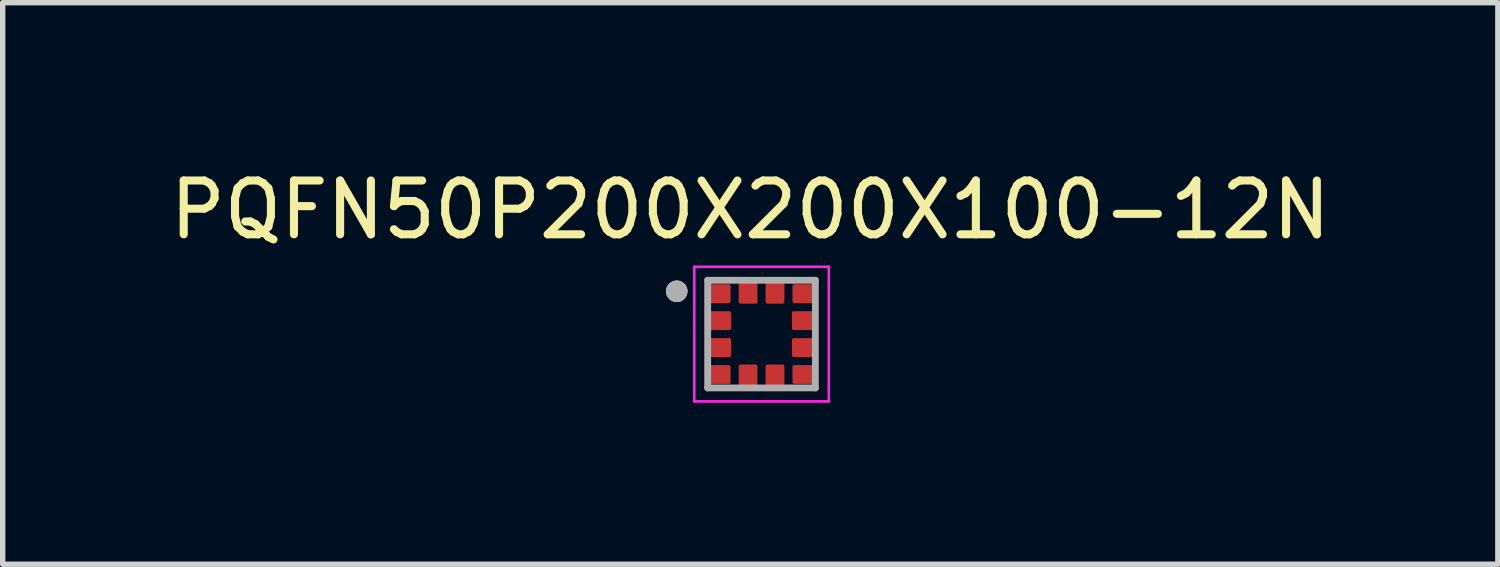
<source format=kicad_pcb>
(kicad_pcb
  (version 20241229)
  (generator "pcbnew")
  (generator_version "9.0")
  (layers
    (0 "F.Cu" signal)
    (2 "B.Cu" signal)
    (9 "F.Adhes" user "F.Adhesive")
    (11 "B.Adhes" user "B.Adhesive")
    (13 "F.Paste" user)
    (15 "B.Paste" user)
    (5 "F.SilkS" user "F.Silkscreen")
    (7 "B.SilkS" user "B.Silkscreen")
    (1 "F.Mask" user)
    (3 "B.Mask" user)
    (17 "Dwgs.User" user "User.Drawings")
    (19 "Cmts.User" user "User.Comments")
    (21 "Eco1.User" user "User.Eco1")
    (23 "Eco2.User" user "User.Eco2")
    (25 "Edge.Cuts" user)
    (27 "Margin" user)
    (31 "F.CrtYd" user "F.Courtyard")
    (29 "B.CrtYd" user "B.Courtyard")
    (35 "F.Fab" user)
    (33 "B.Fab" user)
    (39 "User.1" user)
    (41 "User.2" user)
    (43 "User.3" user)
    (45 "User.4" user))
  (footprint "PQFN50P200X200X100-12N"
    (layer "F.Cu")
    (at 11.096 3.156)
    (property "Reference" "PQFN50P200X200X100-12N" (at -0.209 -2.308 0) (layer "F.SilkS") (effects (font (size 1 1) (thickness 0.15))))
    (attr smd)
    (fp_poly (pts (xy -0.625 -0.975) (xy -0.619 -0.974) (xy -0.614 -0.974) (xy -0.608 -0.972) (xy -0.603 -0.971) (xy -0.597 -0.969) (xy -0.592 -0.967) (xy -0.587 -0.965) (xy -0.582 -0.963) (xy -0.577 -0.96) (xy -0.572 -0.957) (xy -0.568 -0.954) (xy -0.563 -0.95) (xy -0.559 -0.946) (xy -0.555 -0.942) (xy -0.551 -0.938) (xy -0.548 -0.934) (xy -0.544 -0.929) (xy -0.541 -0.925) (xy -0.538 -0.92) (xy -0.536 -0.915) (xy -0.533 -0.91) (xy -0.531 -0.904) (xy -0.529 -0.899) (xy -0.528 -0.894) (xy -0.527 -0.888) (xy -0.526 -0.882) (xy -0.525 -0.877) (xy -0.525 -0.871) (xy -0.525 -0.866) (xy -0.525 -0.86) (xy -0.525 -0.64) (xy -0.525 -0.634) (xy -0.525 -0.629) (xy -0.525 -0.623) (xy -0.526 -0.618) (xy -0.527 -0.612) (xy -0.528 -0.606) (xy -0.529 -0.601) (xy -0.531 -0.596) (xy -0.533 -0.59) (xy -0.536 -0.585) (xy -0.538 -0.58) (xy -0.541 -0.575) (xy -0.544 -0.571) (xy -0.548 -0.566) (xy -0.551 -0.562) (xy -0.555 -0.558) (xy -0.559 -0.554) (xy -0.563 -0.55) (xy -0.568 -0.546) (xy -0.572 -0.543) (xy -0.577 -0.54) (xy -0.582 -0.537) (xy -0.587 -0.535) (xy -0.592 -0.533) (xy -0.597 -0.531) (xy -0.603 -0.529) (xy -0.608 -0.528) (xy -0.614 -0.526) (xy -0.619 -0.526) (xy -0.625 -0.525) (xy -0.925 -0.525) (xy -0.931 -0.526) (xy -0.936 -0.526) (xy -0.942 -0.528) (xy -0.947 -0.529) (xy -0.953 -0.531) (xy -0.958 -0.533) (xy -0.963 -0.535) (xy -0.968 -0.537) (xy -0.973 -0.54) (xy -0.978 -0.543) (xy -0.982 -0.546) (xy -0.987 -0.55) (xy -0.991 -0.554) (xy -0.995 -0.558) (xy -0.999 -0.562) (xy -1.002 -0.566) (xy -1.006 -0.571) (xy -1.009 -0.575) (xy -1.012 -0.58) (xy -1.014 -0.585) (xy -1.017 -0.59) (xy -1.019 -0.596) (xy -1.021 -0.601) (xy -1.022 -0.606) (xy -1.023 -0.612) (xy -1.024 -0.618) (xy -1.025 -0.623) (xy -1.025 -0.629) (xy -1.025 -0.634) (xy -1.025 -0.64) (xy -1.025 -0.86) (xy -1.025 -0.866) (xy -1.025 -0.871) (xy -1.025 -0.877) (xy -1.024 -0.882) (xy -1.023 -0.888) (xy -1.022 -0.894) (xy -1.021 -0.899) (xy -1.019 -0.904) (xy -1.017 -0.91) (xy -1.014 -0.915) (xy -1.012 -0.92) (xy -1.009 -0.925) (xy -1.006 -0.929) (xy -1.002 -0.934) (xy -0.999 -0.938) (xy -0.995 -0.942) (xy -0.991 -0.946) (xy -0.987 -0.95) (xy -0.982 -0.954) (xy -0.978 -0.957) (xy -0.973 -0.96) (xy -0.968 -0.963) (xy -0.963 -0.965) (xy -0.958 -0.967) (xy -0.953 -0.969) (xy -0.947 -0.971) (xy -0.942 -0.972) (xy -0.936 -0.974) (xy -0.931 -0.974) (xy -0.925 -0.975) (xy -0.625 -0.975)) (stroke (width 0.01) (type solid)) (fill yes) (layer "F.Mask"))
    (fp_poly (pts (xy -0.625 0.525) (xy -0.619 0.526) (xy -0.614 0.526) (xy -0.608 0.528) (xy -0.603 0.529) (xy -0.597 0.531) (xy -0.592 0.533) (xy -0.587 0.535) (xy -0.582 0.537) (xy -0.577 0.54) (xy -0.572 0.543) (xy -0.568 0.546) (xy -0.563 0.55) (xy -0.559 0.554) (xy -0.555 0.558) (xy -0.551 0.562) (xy -0.548 0.566) (xy -0.544 0.571) (xy -0.541 0.575) (xy -0.538 0.58) (xy -0.536 0.585) (xy -0.533 0.59) (xy -0.531 0.596) (xy -0.529 0.601) (xy -0.528 0.606) (xy -0.527 0.612) (xy -0.526 0.618) (xy -0.525 0.623) (xy -0.525 0.629) (xy -0.525 0.634) (xy -0.525 0.64) (xy -0.525 0.86) (xy -0.525 0.866) (xy -0.525 0.871) (xy -0.525 0.877) (xy -0.526 0.882) (xy -0.527 0.888) (xy -0.528 0.894) (xy -0.529 0.899) (xy -0.531 0.904) (xy -0.533 0.91) (xy -0.536 0.915) (xy -0.538 0.92) (xy -0.541 0.925) (xy -0.544 0.929) (xy -0.548 0.934) (xy -0.551 0.938) (xy -0.555 0.942) (xy -0.559 0.946) (xy -0.563 0.95) (xy -0.568 0.954) (xy -0.572 0.957) (xy -0.577 0.96) (xy -0.582 0.963) (xy -0.587 0.965) (xy -0.592 0.967) (xy -0.597 0.969) (xy -0.603 0.971) (xy -0.608 0.972) (xy -0.614 0.974) (xy -0.619 0.974) (xy -0.625 0.975) (xy -0.925 0.975) (xy -0.931 0.974) (xy -0.936 0.974) (xy -0.942 0.972) (xy -0.947 0.971) (xy -0.953 0.969) (xy -0.958 0.967) (xy -0.963 0.965) (xy -0.968 0.963) (xy -0.973 0.96) (xy -0.978 0.957) (xy -0.982 0.954) (xy -0.987 0.95) (xy -0.991 0.946) (xy -0.995 0.942) (xy -0.999 0.938) (xy -1.002 0.934) (xy -1.006 0.929) (xy -1.009 0.925) (xy -1.012 0.92) (xy -1.014 0.915) (xy -1.017 0.91) (xy -1.019 0.904) (xy -1.021 0.899) (xy -1.022 0.894) (xy -1.023 0.888) (xy -1.024 0.882) (xy -1.025 0.877) (xy -1.025 0.871) (xy -1.025 0.866) (xy -1.025 0.86) (xy -1.025 0.64) (xy -1.025 0.634) (xy -1.025 0.629) (xy -1.025 0.623) (xy -1.024 0.618) (xy -1.023 0.612) (xy -1.022 0.606) (xy -1.021 0.601) (xy -1.019 0.596) (xy -1.017 0.59) (xy -1.014 0.585) (xy -1.012 0.58) (xy -1.009 0.575) (xy -1.006 0.571) (xy -1.002 0.566) (xy -0.999 0.562) (xy -0.995 0.558) (xy -0.991 0.554) (xy -0.987 0.55) (xy -0.982 0.546) (xy -0.978 0.543) (xy -0.973 0.54) (xy -0.968 0.537) (xy -0.963 0.535) (xy -0.958 0.533) (xy -0.953 0.531) (xy -0.947 0.529) (xy -0.942 0.528) (xy -0.936 0.526) (xy -0.931 0.526) (xy -0.925 0.525) (xy -0.625 0.525)) (stroke (width 0.01) (type solid)) (fill yes) (layer "F.Mask"))
    (fp_poly (pts (xy -0.615 -0.475) (xy -0.609 -0.474) (xy -0.604 -0.474) (xy -0.598 -0.472) (xy -0.593 -0.471) (xy -0.587 -0.469) (xy -0.582 -0.467) (xy -0.577 -0.465) (xy -0.572 -0.463) (xy -0.567 -0.46) (xy -0.562 -0.457) (xy -0.558 -0.454) (xy -0.553 -0.45) (xy -0.549 -0.446) (xy -0.545 -0.442) (xy -0.541 -0.438) (xy -0.538 -0.434) (xy -0.534 -0.429) (xy -0.531 -0.425) (xy -0.528 -0.42) (xy -0.526 -0.415) (xy -0.523 -0.41) (xy -0.521 -0.404) (xy -0.519 -0.399) (xy -0.518 -0.394) (xy -0.517 -0.388) (xy -0.516 -0.382) (xy -0.515 -0.377) (xy -0.515 -0.371) (xy -0.515 -0.366) (xy -0.515 -0.36) (xy -0.515 -0.14) (xy -0.515 -0.134) (xy -0.515 -0.129) (xy -0.515 -0.123) (xy -0.516 -0.118) (xy -0.517 -0.112) (xy -0.518 -0.106) (xy -0.519 -0.101) (xy -0.521 -0.096) (xy -0.523 -0.09) (xy -0.526 -0.085) (xy -0.528 -0.08) (xy -0.531 -0.075) (xy -0.534 -0.071) (xy -0.538 -0.066) (xy -0.541 -0.062) (xy -0.545 -0.058) (xy -0.549 -0.054) (xy -0.553 -0.05) (xy -0.558 -0.046) (xy -0.562 -0.043) (xy -0.567 -0.04) (xy -0.572 -0.037) (xy -0.577 -0.035) (xy -0.582 -0.033) (xy -0.587 -0.031) (xy -0.593 -0.029) (xy -0.598 -0.028) (xy -0.604 -0.026) (xy -0.609 -0.026) (xy -0.615 -0.025) (xy -0.915 -0.025) (xy -0.921 -0.026) (xy -0.926 -0.026) (xy -0.932 -0.028) (xy -0.937 -0.029) (xy -0.943 -0.031) (xy -0.948 -0.033) (xy -0.953 -0.035) (xy -0.958 -0.037) (xy -0.963 -0.04) (xy -0.968 -0.043) (xy -0.972 -0.046) (xy -0.977 -0.05) (xy -0.981 -0.054) (xy -0.985 -0.058) (xy -0.989 -0.062) (xy -0.992 -0.066) (xy -0.996 -0.071) (xy -0.999 -0.075) (xy -1.002 -0.08) (xy -1.004 -0.085) (xy -1.007 -0.09) (xy -1.009 -0.096) (xy -1.011 -0.101) (xy -1.012 -0.106) (xy -1.013 -0.112) (xy -1.014 -0.118) (xy -1.015 -0.123) (xy -1.015 -0.129) (xy -1.015 -0.134) (xy -1.015 -0.14) (xy -1.015 -0.36) (xy -1.015 -0.366) (xy -1.015 -0.371) (xy -1.015 -0.377) (xy -1.014 -0.382) (xy -1.013 -0.388) (xy -1.012 -0.394) (xy -1.011 -0.399) (xy -1.009 -0.404) (xy -1.007 -0.41) (xy -1.004 -0.415) (xy -1.002 -0.42) (xy -0.999 -0.425) (xy -0.996 -0.429) (xy -0.992 -0.434) (xy -0.989 -0.438) (xy -0.985 -0.442) (xy -0.981 -0.446) (xy -0.977 -0.45) (xy -0.972 -0.454) (xy -0.968 -0.457) (xy -0.963 -0.46) (xy -0.958 -0.463) (xy -0.953 -0.465) (xy -0.948 -0.467) (xy -0.943 -0.469) (xy -0.937 -0.471) (xy -0.932 -0.472) (xy -0.926 -0.474) (xy -0.921 -0.474) (xy -0.915 -0.475) (xy -0.615 -0.475)) (stroke (width 0.01) (type solid)) (fill yes) (layer "F.Mask"))
    (fp_poly (pts (xy -0.615 0.025) (xy -0.609 0.026) (xy -0.604 0.026) (xy -0.598 0.028) (xy -0.593 0.029) (xy -0.587 0.031) (xy -0.582 0.033) (xy -0.577 0.035) (xy -0.572 0.037) (xy -0.567 0.04) (xy -0.562 0.043) (xy -0.558 0.046) (xy -0.553 0.05) (xy -0.549 0.054) (xy -0.545 0.058) (xy -0.541 0.062) (xy -0.538 0.066) (xy -0.534 0.071) (xy -0.531 0.075) (xy -0.528 0.08) (xy -0.526 0.085) (xy -0.523 0.09) (xy -0.521 0.096) (xy -0.519 0.101) (xy -0.518 0.106) (xy -0.517 0.112) (xy -0.516 0.118) (xy -0.515 0.123) (xy -0.515 0.129) (xy -0.515 0.134) (xy -0.515 0.14) (xy -0.515 0.36) (xy -0.515 0.366) (xy -0.515 0.371) (xy -0.515 0.377) (xy -0.516 0.382) (xy -0.517 0.388) (xy -0.518 0.394) (xy -0.519 0.399) (xy -0.521 0.404) (xy -0.523 0.41) (xy -0.526 0.415) (xy -0.528 0.42) (xy -0.531 0.425) (xy -0.534 0.429) (xy -0.538 0.434) (xy -0.541 0.438) (xy -0.545 0.442) (xy -0.549 0.446) (xy -0.553 0.45) (xy -0.558 0.454) (xy -0.562 0.457) (xy -0.567 0.46) (xy -0.572 0.463) (xy -0.577 0.465) (xy -0.582 0.467) (xy -0.587 0.469) (xy -0.593 0.471) (xy -0.598 0.472) (xy -0.604 0.474) (xy -0.609 0.474) (xy -0.615 0.475) (xy -0.915 0.475) (xy -0.921 0.474) (xy -0.926 0.474) (xy -0.932 0.472) (xy -0.937 0.471) (xy -0.943 0.469) (xy -0.948 0.467) (xy -0.953 0.465) (xy -0.958 0.463) (xy -0.963 0.46) (xy -0.968 0.457) (xy -0.972 0.454) (xy -0.977 0.45) (xy -0.981 0.446) (xy -0.985 0.442) (xy -0.989 0.438) (xy -0.992 0.434) (xy -0.996 0.429) (xy -0.999 0.425) (xy -1.002 0.42) (xy -1.004 0.415) (xy -1.007 0.41) (xy -1.009 0.404) (xy -1.011 0.399) (xy -1.012 0.394) (xy -1.013 0.388) (xy -1.014 0.382) (xy -1.015 0.377) (xy -1.015 0.371) (xy -1.015 0.366) (xy -1.015 0.36) (xy -1.015 0.14) (xy -1.015 0.134) (xy -1.015 0.129) (xy -1.015 0.123) (xy -1.014 0.118) (xy -1.013 0.112) (xy -1.012 0.106) (xy -1.011 0.101) (xy -1.009 0.096) (xy -1.007 0.09) (xy -1.004 0.085) (xy -1.002 0.08) (xy -0.999 0.075) (xy -0.996 0.071) (xy -0.992 0.066) (xy -0.989 0.062) (xy -0.985 0.058) (xy -0.981 0.054) (xy -0.977 0.05) (xy -0.972 0.046) (xy -0.968 0.043) (xy -0.963 0.04) (xy -0.958 0.037) (xy -0.953 0.035) (xy -0.948 0.033) (xy -0.943 0.031) (xy -0.937 0.029) (xy -0.932 0.028) (xy -0.926 0.026) (xy -0.921 0.026) (xy -0.915 0.025) (xy -0.615 0.025)) (stroke (width 0.01) (type solid)) (fill yes) (layer "F.Mask"))
    (fp_poly (pts (xy -0.475 -0.915) (xy -0.474 -0.921) (xy -0.474 -0.926) (xy -0.472 -0.932) (xy -0.471 -0.937) (xy -0.469 -0.943) (xy -0.467 -0.948) (xy -0.465 -0.953) (xy -0.463 -0.958) (xy -0.46 -0.963) (xy -0.457 -0.968) (xy -0.454 -0.972) (xy -0.45 -0.977) (xy -0.446 -0.981) (xy -0.442 -0.985) (xy -0.438 -0.989) (xy -0.434 -0.992) (xy -0.429 -0.996) (xy -0.425 -0.999) (xy -0.42 -1.002) (xy -0.415 -1.004) (xy -0.41 -1.007) (xy -0.404 -1.009) (xy -0.399 -1.011) (xy -0.394 -1.012) (xy -0.388 -1.013) (xy -0.382 -1.014) (xy -0.377 -1.015) (xy -0.371 -1.015) (xy -0.366 -1.015) (xy -0.36 -1.015) (xy -0.14 -1.015) (xy -0.134 -1.015) (xy -0.129 -1.015) (xy -0.123 -1.015) (xy -0.118 -1.014) (xy -0.112 -1.013) (xy -0.106 -1.012) (xy -0.101 -1.011) (xy -0.096 -1.009) (xy -0.09 -1.007) (xy -0.085 -1.004) (xy -0.08 -1.002) (xy -0.075 -0.999) (xy -0.071 -0.996) (xy -0.066 -0.992) (xy -0.062 -0.989) (xy -0.058 -0.985) (xy -0.054 -0.981) (xy -0.05 -0.977) (xy -0.046 -0.972) (xy -0.043 -0.968) (xy -0.04 -0.963) (xy -0.037 -0.958) (xy -0.035 -0.953) (xy -0.033 -0.948) (xy -0.031 -0.943) (xy -0.029 -0.937) (xy -0.028 -0.932) (xy -0.026 -0.926) (xy -0.026 -0.921) (xy -0.025 -0.915) (xy -0.025 -0.615) (xy -0.026 -0.609) (xy -0.026 -0.604) (xy -0.028 -0.598) (xy -0.029 -0.593) (xy -0.031 -0.587) (xy -0.033 -0.582) (xy -0.035 -0.577) (xy -0.037 -0.572) (xy -0.04 -0.567) (xy -0.043 -0.562) (xy -0.046 -0.558) (xy -0.05 -0.553) (xy -0.054 -0.549) (xy -0.058 -0.545) (xy -0.062 -0.541) (xy -0.066 -0.538) (xy -0.071 -0.534) (xy -0.075 -0.531) (xy -0.08 -0.528) (xy -0.085 -0.526) (xy -0.09 -0.523) (xy -0.096 -0.521) (xy -0.101 -0.519) (xy -0.106 -0.518) (xy -0.112 -0.517) (xy -0.118 -0.516) (xy -0.123 -0.515) (xy -0.129 -0.515) (xy -0.134 -0.515) (xy -0.14 -0.515) (xy -0.36 -0.515) (xy -0.366 -0.515) (xy -0.371 -0.515) (xy -0.377 -0.515) (xy -0.382 -0.516) (xy -0.388 -0.517) (xy -0.394 -0.518) (xy -0.399 -0.519) (xy -0.404 -0.521) (xy -0.41 -0.523) (xy -0.415 -0.526) (xy -0.42 -0.528) (xy -0.425 -0.531) (xy -0.429 -0.534) (xy -0.434 -0.538) (xy -0.438 -0.541) (xy -0.442 -0.545) (xy -0.446 -0.549) (xy -0.45 -0.553) (xy -0.454 -0.558) (xy -0.457 -0.562) (xy -0.46 -0.567) (xy -0.463 -0.572) (xy -0.465 -0.577) (xy -0.467 -0.582) (xy -0.469 -0.587) (xy -0.471 -0.593) (xy -0.472 -0.598) (xy -0.474 -0.604) (xy -0.474 -0.609) (xy -0.475 -0.615) (xy -0.475 -0.915)) (stroke (width 0.01) (type solid)) (fill yes) (layer "F.Mask"))
    (fp_poly (pts (xy -0.475 0.615) (xy -0.474 0.609) (xy -0.474 0.604) (xy -0.472 0.598) (xy -0.471 0.593) (xy -0.469 0.587) (xy -0.467 0.582) (xy -0.465 0.577) (xy -0.463 0.572) (xy -0.46 0.567) (xy -0.457 0.562) (xy -0.454 0.558) (xy -0.45 0.553) (xy -0.446 0.549) (xy -0.442 0.545) (xy -0.438 0.541) (xy -0.434 0.538) (xy -0.429 0.534) (xy -0.425 0.531) (xy -0.42 0.528) (xy -0.415 0.526) (xy -0.41 0.523) (xy -0.404 0.521) (xy -0.399 0.519) (xy -0.394 0.518) (xy -0.388 0.517) (xy -0.382 0.516) (xy -0.377 0.515) (xy -0.371 0.515) (xy -0.366 0.515) (xy -0.36 0.515) (xy -0.14 0.515) (xy -0.134 0.515) (xy -0.129 0.515) (xy -0.123 0.515) (xy -0.118 0.516) (xy -0.112 0.517) (xy -0.106 0.518) (xy -0.101 0.519) (xy -0.096 0.521) (xy -0.09 0.523) (xy -0.085 0.526) (xy -0.08 0.528) (xy -0.075 0.531) (xy -0.071 0.534) (xy -0.066 0.538) (xy -0.062 0.541) (xy -0.058 0.545) (xy -0.054 0.549) (xy -0.05 0.553) (xy -0.046 0.558) (xy -0.043 0.562) (xy -0.04 0.567) (xy -0.037 0.572) (xy -0.035 0.577) (xy -0.033 0.582) (xy -0.031 0.587) (xy -0.029 0.593) (xy -0.028 0.598) (xy -0.026 0.604) (xy -0.026 0.609) (xy -0.025 0.615) (xy -0.025 0.915) (xy -0.026 0.921) (xy -0.026 0.926) (xy -0.028 0.932) (xy -0.029 0.937) (xy -0.031 0.943) (xy -0.033 0.948) (xy -0.035 0.953) (xy -0.037 0.958) (xy -0.04 0.963) (xy -0.043 0.968) (xy -0.046 0.972) (xy -0.05 0.977) (xy -0.054 0.981) (xy -0.058 0.985) (xy -0.062 0.989) (xy -0.066 0.992) (xy -0.071 0.996) (xy -0.075 0.999) (xy -0.08 1.002) (xy -0.085 1.004) (xy -0.09 1.007) (xy -0.096 1.009) (xy -0.101 1.011) (xy -0.106 1.012) (xy -0.112 1.013) (xy -0.118 1.014) (xy -0.123 1.015) (xy -0.129 1.015) (xy -0.134 1.015) (xy -0.14 1.015) (xy -0.36 1.015) (xy -0.366 1.015) (xy -0.371 1.015) (xy -0.377 1.015) (xy -0.382 1.014) (xy -0.388 1.013) (xy -0.394 1.012) (xy -0.399 1.011) (xy -0.404 1.009) (xy -0.41 1.007) (xy -0.415 1.004) (xy -0.42 1.002) (xy -0.425 0.999) (xy -0.429 0.996) (xy -0.434 0.992) (xy -0.438 0.989) (xy -0.442 0.985) (xy -0.446 0.981) (xy -0.45 0.977) (xy -0.454 0.972) (xy -0.457 0.968) (xy -0.46 0.963) (xy -0.463 0.958) (xy -0.465 0.953) (xy -0.467 0.948) (xy -0.469 0.943) (xy -0.471 0.937) (xy -0.472 0.932) (xy -0.474 0.926) (xy -0.474 0.921) (xy -0.475 0.915) (xy -0.475 0.615)) (stroke (width 0.01) (type solid)) (fill yes) (layer "F.Mask"))
    (fp_poly (pts (xy 0.025 -0.915) (xy 0.026 -0.921) (xy 0.026 -0.926) (xy 0.028 -0.932) (xy 0.029 -0.937) (xy 0.031 -0.943) (xy 0.033 -0.948) (xy 0.035 -0.953) (xy 0.037 -0.958) (xy 0.04 -0.963) (xy 0.043 -0.968) (xy 0.046 -0.972) (xy 0.05 -0.977) (xy 0.054 -0.981) (xy 0.058 -0.985) (xy 0.062 -0.989) (xy 0.066 -0.992) (xy 0.071 -0.996) (xy 0.075 -0.999) (xy 0.08 -1.002) (xy 0.085 -1.004) (xy 0.09 -1.007) (xy 0.096 -1.009) (xy 0.101 -1.011) (xy 0.106 -1.012) (xy 0.112 -1.013) (xy 0.118 -1.014) (xy 0.123 -1.015) (xy 0.129 -1.015) (xy 0.134 -1.015) (xy 0.14 -1.015) (xy 0.36 -1.015) (xy 0.366 -1.015) (xy 0.371 -1.015) (xy 0.377 -1.015) (xy 0.382 -1.014) (xy 0.388 -1.013) (xy 0.394 -1.012) (xy 0.399 -1.011) (xy 0.404 -1.009) (xy 0.41 -1.007) (xy 0.415 -1.004) (xy 0.42 -1.002) (xy 0.425 -0.999) (xy 0.429 -0.996) (xy 0.434 -0.992) (xy 0.438 -0.989) (xy 0.442 -0.985) (xy 0.446 -0.981) (xy 0.45 -0.977) (xy 0.454 -0.972) (xy 0.457 -0.968) (xy 0.46 -0.963) (xy 0.463 -0.958) (xy 0.465 -0.953) (xy 0.467 -0.948) (xy 0.469 -0.943) (xy 0.471 -0.937) (xy 0.472 -0.932) (xy 0.474 -0.926) (xy 0.474 -0.921) (xy 0.475 -0.915) (xy 0.475 -0.615) (xy 0.474 -0.609) (xy 0.474 -0.604) (xy 0.472 -0.598) (xy 0.471 -0.593) (xy 0.469 -0.587) (xy 0.467 -0.582) (xy 0.465 -0.577) (xy 0.463 -0.572) (xy 0.46 -0.567) (xy 0.457 -0.562) (xy 0.454 -0.558) (xy 0.45 -0.553) (xy 0.446 -0.549) (xy 0.442 -0.545) (xy 0.438 -0.541) (xy 0.434 -0.538) (xy 0.429 -0.534) (xy 0.425 -0.531) (xy 0.42 -0.528) (xy 0.415 -0.526) (xy 0.41 -0.523) (xy 0.404 -0.521) (xy 0.399 -0.519) (xy 0.394 -0.518) (xy 0.388 -0.517) (xy 0.382 -0.516) (xy 0.377 -0.515) (xy 0.371 -0.515) (xy 0.366 -0.515) (xy 0.36 -0.515) (xy 0.14 -0.515) (xy 0.134 -0.515) (xy 0.129 -0.515) (xy 0.123 -0.515) (xy 0.118 -0.516) (xy 0.112 -0.517) (xy 0.106 -0.518) (xy 0.101 -0.519) (xy 0.096 -0.521) (xy 0.09 -0.523) (xy 0.085 -0.526) (xy 0.08 -0.528) (xy 0.075 -0.531) (xy 0.071 -0.534) (xy 0.066 -0.538) (xy 0.062 -0.541) (xy 0.058 -0.545) (xy 0.054 -0.549) (xy 0.05 -0.553) (xy 0.046 -0.558) (xy 0.043 -0.562) (xy 0.04 -0.567) (xy 0.037 -0.572) (xy 0.035 -0.577) (xy 0.033 -0.582) (xy 0.031 -0.587) (xy 0.029 -0.593) (xy 0.028 -0.598) (xy 0.026 -0.604) (xy 0.026 -0.609) (xy 0.025 -0.615) (xy 0.025 -0.915)) (stroke (width 0.01) (type solid)) (fill yes) (layer "F.Mask"))
    (fp_poly (pts (xy 0.025 0.615) (xy 0.026 0.609) (xy 0.026 0.604) (xy 0.028 0.598) (xy 0.029 0.593) (xy 0.031 0.587) (xy 0.033 0.582) (xy 0.035 0.577) (xy 0.037 0.572) (xy 0.04 0.567) (xy 0.043 0.562) (xy 0.046 0.558) (xy 0.05 0.553) (xy 0.054 0.549) (xy 0.058 0.545) (xy 0.062 0.541) (xy 0.066 0.538) (xy 0.071 0.534) (xy 0.075 0.531) (xy 0.08 0.528) (xy 0.085 0.526) (xy 0.09 0.523) (xy 0.096 0.521) (xy 0.101 0.519) (xy 0.106 0.518) (xy 0.112 0.517) (xy 0.118 0.516) (xy 0.123 0.515) (xy 0.129 0.515) (xy 0.134 0.515) (xy 0.14 0.515) (xy 0.36 0.515) (xy 0.366 0.515) (xy 0.371 0.515) (xy 0.377 0.515) (xy 0.382 0.516) (xy 0.388 0.517) (xy 0.394 0.518) (xy 0.399 0.519) (xy 0.404 0.521) (xy 0.41 0.523) (xy 0.415 0.526) (xy 0.42 0.528) (xy 0.425 0.531) (xy 0.429 0.534) (xy 0.434 0.538) (xy 0.438 0.541) (xy 0.442 0.545) (xy 0.446 0.549) (xy 0.45 0.553) (xy 0.454 0.558) (xy 0.457 0.562) (xy 0.46 0.567) (xy 0.463 0.572) (xy 0.465 0.577) (xy 0.467 0.582) (xy 0.469 0.587) (xy 0.471 0.593) (xy 0.472 0.598) (xy 0.474 0.604) (xy 0.474 0.609) (xy 0.475 0.615) (xy 0.475 0.915) (xy 0.474 0.921) (xy 0.474 0.926) (xy 0.472 0.932) (xy 0.471 0.937) (xy 0.469 0.943) (xy 0.467 0.948) (xy 0.465 0.953) (xy 0.463 0.958) (xy 0.46 0.963) (xy 0.457 0.968) (xy 0.454 0.972) (xy 0.45 0.977) (xy 0.446 0.981) (xy 0.442 0.985) (xy 0.438 0.989) (xy 0.434 0.992) (xy 0.429 0.996) (xy 0.425 0.999) (xy 0.42 1.002) (xy 0.415 1.004) (xy 0.41 1.007) (xy 0.404 1.009) (xy 0.399 1.011) (xy 0.394 1.012) (xy 0.388 1.013) (xy 0.382 1.014) (xy 0.377 1.015) (xy 0.371 1.015) (xy 0.366 1.015) (xy 0.36 1.015) (xy 0.14 1.015) (xy 0.134 1.015) (xy 0.129 1.015) (xy 0.123 1.015) (xy 0.118 1.014) (xy 0.112 1.013) (xy 0.106 1.012) (xy 0.101 1.011) (xy 0.096 1.009) (xy 0.09 1.007) (xy 0.085 1.004) (xy 0.08 1.002) (xy 0.075 0.999) (xy 0.071 0.996) (xy 0.066 0.992) (xy 0.062 0.989) (xy 0.058 0.985) (xy 0.054 0.981) (xy 0.05 0.977) (xy 0.046 0.972) (xy 0.043 0.968) (xy 0.04 0.963) (xy 0.037 0.958) (xy 0.035 0.953) (xy 0.033 0.948) (xy 0.031 0.943) (xy 0.029 0.937) (xy 0.028 0.932) (xy 0.026 0.926) (xy 0.026 0.921) (xy 0.025 0.915) (xy 0.025 0.615)) (stroke (width 0.01) (type solid)) (fill yes) (layer "F.Mask"))
    (fp_poly (pts (xy 0.915 -0.475) (xy 0.921 -0.474) (xy 0.926 -0.474) (xy 0.932 -0.472) (xy 0.937 -0.471) (xy 0.943 -0.469) (xy 0.948 -0.467) (xy 0.953 -0.465) (xy 0.958 -0.463) (xy 0.963 -0.46) (xy 0.968 -0.457) (xy 0.972 -0.454) (xy 0.977 -0.45) (xy 0.981 -0.446) (xy 0.985 -0.442) (xy 0.989 -0.438) (xy 0.992 -0.434) (xy 0.996 -0.429) (xy 0.999 -0.425) (xy 1.002 -0.42) (xy 1.004 -0.415) (xy 1.007 -0.41) (xy 1.009 -0.404) (xy 1.011 -0.399) (xy 1.012 -0.394) (xy 1.013 -0.388) (xy 1.014 -0.382) (xy 1.015 -0.377) (xy 1.015 -0.371) (xy 1.015 -0.366) (xy 1.015 -0.36) (xy 1.015 -0.14) (xy 1.015 -0.134) (xy 1.015 -0.129) (xy 1.015 -0.123) (xy 1.014 -0.118) (xy 1.013 -0.112) (xy 1.012 -0.106) (xy 1.011 -0.101) (xy 1.009 -0.096) (xy 1.007 -0.09) (xy 1.004 -0.085) (xy 1.002 -0.08) (xy 0.999 -0.075) (xy 0.996 -0.071) (xy 0.992 -0.066) (xy 0.989 -0.062) (xy 0.985 -0.058) (xy 0.981 -0.054) (xy 0.977 -0.05) (xy 0.972 -0.046) (xy 0.968 -0.043) (xy 0.963 -0.04) (xy 0.958 -0.037) (xy 0.953 -0.035) (xy 0.948 -0.033) (xy 0.943 -0.031) (xy 0.937 -0.029) (xy 0.932 -0.028) (xy 0.926 -0.026) (xy 0.921 -0.026) (xy 0.915 -0.025) (xy 0.615 -0.025) (xy 0.609 -0.026) (xy 0.604 -0.026) (xy 0.598 -0.028) (xy 0.593 -0.029) (xy 0.587 -0.031) (xy 0.582 -0.033) (xy 0.577 -0.035) (xy 0.572 -0.037) (xy 0.567 -0.04) (xy 0.562 -0.043) (xy 0.558 -0.046) (xy 0.553 -0.05) (xy 0.549 -0.054) (xy 0.545 -0.058) (xy 0.541 -0.062) (xy 0.538 -0.066) (xy 0.534 -0.071) (xy 0.531 -0.075) (xy 0.528 -0.08) (xy 0.526 -0.085) (xy 0.523 -0.09) (xy 0.521 -0.096) (xy 0.519 -0.101) (xy 0.518 -0.106) (xy 0.517 -0.112) (xy 0.516 -0.118) (xy 0.515 -0.123) (xy 0.515 -0.129) (xy 0.515 -0.134) (xy 0.515 -0.14) (xy 0.515 -0.36) (xy 0.515 -0.366) (xy 0.515 -0.371) (xy 0.515 -0.377) (xy 0.516 -0.382) (xy 0.517 -0.388) (xy 0.518 -0.394) (xy 0.519 -0.399) (xy 0.521 -0.404) (xy 0.523 -0.41) (xy 0.526 -0.415) (xy 0.528 -0.42) (xy 0.531 -0.425) (xy 0.534 -0.429) (xy 0.538 -0.434) (xy 0.541 -0.438) (xy 0.545 -0.442) (xy 0.549 -0.446) (xy 0.553 -0.45) (xy 0.558 -0.454) (xy 0.562 -0.457) (xy 0.567 -0.46) (xy 0.572 -0.463) (xy 0.577 -0.465) (xy 0.582 -0.467) (xy 0.587 -0.469) (xy 0.593 -0.471) (xy 0.598 -0.472) (xy 0.604 -0.474) (xy 0.609 -0.474) (xy 0.615 -0.475) (xy 0.915 -0.475)) (stroke (width 0.01) (type solid)) (fill yes) (layer "F.Mask"))
    (fp_poly (pts (xy 0.915 0.025) (xy 0.921 0.026) (xy 0.926 0.026) (xy 0.932 0.028) (xy 0.937 0.029) (xy 0.943 0.031) (xy 0.948 0.033) (xy 0.953 0.035) (xy 0.958 0.037) (xy 0.963 0.04) (xy 0.968 0.043) (xy 0.972 0.046) (xy 0.977 0.05) (xy 0.981 0.054) (xy 0.985 0.058) (xy 0.989 0.062) (xy 0.992 0.066) (xy 0.996 0.071) (xy 0.999 0.075) (xy 1.002 0.08) (xy 1.004 0.085) (xy 1.007 0.09) (xy 1.009 0.096) (xy 1.011 0.101) (xy 1.012 0.106) (xy 1.013 0.112) (xy 1.014 0.118) (xy 1.015 0.123) (xy 1.015 0.129) (xy 1.015 0.134) (xy 1.015 0.14) (xy 1.015 0.36) (xy 1.015 0.366) (xy 1.015 0.371) (xy 1.015 0.377) (xy 1.014 0.382) (xy 1.013 0.388) (xy 1.012 0.394) (xy 1.011 0.399) (xy 1.009 0.404) (xy 1.007 0.41) (xy 1.004 0.415) (xy 1.002 0.42) (xy 0.999 0.425) (xy 0.996 0.429) (xy 0.992 0.434) (xy 0.989 0.438) (xy 0.985 0.442) (xy 0.981 0.446) (xy 0.977 0.45) (xy 0.972 0.454) (xy 0.968 0.457) (xy 0.963 0.46) (xy 0.958 0.463) (xy 0.953 0.465) (xy 0.948 0.467) (xy 0.943 0.469) (xy 0.937 0.471) (xy 0.932 0.472) (xy 0.926 0.474) (xy 0.921 0.474) (xy 0.915 0.475) (xy 0.615 0.475) (xy 0.609 0.474) (xy 0.604 0.474) (xy 0.598 0.472) (xy 0.593 0.471) (xy 0.587 0.469) (xy 0.582 0.467) (xy 0.577 0.465) (xy 0.572 0.463) (xy 0.567 0.46) (xy 0.562 0.457) (xy 0.558 0.454) (xy 0.553 0.45) (xy 0.549 0.446) (xy 0.545 0.442) (xy 0.541 0.438) (xy 0.538 0.434) (xy 0.534 0.429) (xy 0.531 0.425) (xy 0.528 0.42) (xy 0.526 0.415) (xy 0.523 0.41) (xy 0.521 0.404) (xy 0.519 0.399) (xy 0.518 0.394) (xy 0.517 0.388) (xy 0.516 0.382) (xy 0.515 0.377) (xy 0.515 0.371) (xy 0.515 0.366) (xy 0.515 0.36) (xy 0.515 0.14) (xy 0.515 0.134) (xy 0.515 0.129) (xy 0.515 0.123) (xy 0.516 0.118) (xy 0.517 0.112) (xy 0.518 0.106) (xy 0.519 0.101) (xy 0.521 0.096) (xy 0.523 0.09) (xy 0.526 0.085) (xy 0.528 0.08) (xy 0.531 0.075) (xy 0.534 0.071) (xy 0.538 0.066) (xy 0.541 0.062) (xy 0.545 0.058) (xy 0.549 0.054) (xy 0.553 0.05) (xy 0.558 0.046) (xy 0.562 0.043) (xy 0.567 0.04) (xy 0.572 0.037) (xy 0.577 0.035) (xy 0.582 0.033) (xy 0.587 0.031) (xy 0.593 0.029) (xy 0.598 0.028) (xy 0.604 0.026) (xy 0.609 0.026) (xy 0.615 0.025) (xy 0.915 0.025)) (stroke (width 0.01) (type solid)) (fill yes) (layer "F.Mask"))
    (fp_poly (pts (xy 0.925 -0.975) (xy 0.931 -0.974) (xy 0.936 -0.974) (xy 0.942 -0.972) (xy 0.947 -0.971) (xy 0.953 -0.969) (xy 0.958 -0.967) (xy 0.963 -0.965) (xy 0.968 -0.963) (xy 0.973 -0.96) (xy 0.978 -0.957) (xy 0.982 -0.954) (xy 0.987 -0.95) (xy 0.991 -0.946) (xy 0.995 -0.942) (xy 0.999 -0.938) (xy 1.002 -0.934) (xy 1.006 -0.929) (xy 1.009 -0.925) (xy 1.012 -0.92) (xy 1.014 -0.915) (xy 1.017 -0.91) (xy 1.019 -0.904) (xy 1.021 -0.899) (xy 1.022 -0.894) (xy 1.023 -0.888) (xy 1.024 -0.882) (xy 1.025 -0.877) (xy 1.025 -0.871) (xy 1.025 -0.866) (xy 1.025 -0.86) (xy 1.025 -0.64) (xy 1.025 -0.634) (xy 1.025 -0.629) (xy 1.025 -0.623) (xy 1.024 -0.618) (xy 1.023 -0.612) (xy 1.022 -0.606) (xy 1.021 -0.601) (xy 1.019 -0.596) (xy 1.017 -0.59) (xy 1.014 -0.585) (xy 1.012 -0.58) (xy 1.009 -0.575) (xy 1.006 -0.571) (xy 1.002 -0.566) (xy 0.999 -0.562) (xy 0.995 -0.558) (xy 0.991 -0.554) (xy 0.987 -0.55) (xy 0.982 -0.546) (xy 0.978 -0.543) (xy 0.973 -0.54) (xy 0.968 -0.537) (xy 0.963 -0.535) (xy 0.958 -0.533) (xy 0.953 -0.531) (xy 0.947 -0.529) (xy 0.942 -0.528) (xy 0.936 -0.526) (xy 0.931 -0.526) (xy 0.925 -0.525) (xy 0.625 -0.525) (xy 0.619 -0.526) (xy 0.614 -0.526) (xy 0.608 -0.528) (xy 0.603 -0.529) (xy 0.597 -0.531) (xy 0.592 -0.533) (xy 0.587 -0.535) (xy 0.582 -0.537) (xy 0.577 -0.54) (xy 0.572 -0.543) (xy 0.568 -0.546) (xy 0.563 -0.55) (xy 0.559 -0.554) (xy 0.555 -0.558) (xy 0.551 -0.562) (xy 0.548 -0.566) (xy 0.544 -0.571) (xy 0.541 -0.575) (xy 0.538 -0.58) (xy 0.536 -0.585) (xy 0.533 -0.59) (xy 0.531 -0.596) (xy 0.529 -0.601) (xy 0.528 -0.606) (xy 0.527 -0.612) (xy 0.526 -0.618) (xy 0.525 -0.623) (xy 0.525 -0.629) (xy 0.525 -0.634) (xy 0.525 -0.64) (xy 0.525 -0.86) (xy 0.525 -0.866) (xy 0.525 -0.871) (xy 0.525 -0.877) (xy 0.526 -0.882) (xy 0.527 -0.888) (xy 0.528 -0.894) (xy 0.529 -0.899) (xy 0.531 -0.904) (xy 0.533 -0.91) (xy 0.536 -0.915) (xy 0.538 -0.92) (xy 0.541 -0.925) (xy 0.544 -0.929) (xy 0.548 -0.934) (xy 0.551 -0.938) (xy 0.555 -0.942) (xy 0.559 -0.946) (xy 0.563 -0.95) (xy 0.568 -0.954) (xy 0.572 -0.957) (xy 0.577 -0.96) (xy 0.582 -0.963) (xy 0.587 -0.965) (xy 0.592 -0.967) (xy 0.597 -0.969) (xy 0.603 -0.971) (xy 0.608 -0.972) (xy 0.614 -0.974) (xy 0.619 -0.974) (xy 0.625 -0.975) (xy 0.925 -0.975)) (stroke (width 0.01) (type solid)) (fill yes) (layer "F.Mask"))
    (fp_poly (pts (xy 0.925 0.525) (xy 0.931 0.526) (xy 0.936 0.526) (xy 0.942 0.528) (xy 0.947 0.529) (xy 0.953 0.531) (xy 0.958 0.533) (xy 0.963 0.535) (xy 0.968 0.537) (xy 0.973 0.54) (xy 0.978 0.543) (xy 0.982 0.546) (xy 0.987 0.55) (xy 0.991 0.554) (xy 0.995 0.558) (xy 0.999 0.562) (xy 1.002 0.566) (xy 1.006 0.571) (xy 1.009 0.575) (xy 1.012 0.58) (xy 1.014 0.585) (xy 1.017 0.59) (xy 1.019 0.596) (xy 1.021 0.601) (xy 1.022 0.606) (xy 1.023 0.612) (xy 1.024 0.618) (xy 1.025 0.623) (xy 1.025 0.629) (xy 1.025 0.634) (xy 1.025 0.64) (xy 1.025 0.86) (xy 1.025 0.866) (xy 1.025 0.871) (xy 1.025 0.877) (xy 1.024 0.882) (xy 1.023 0.888) (xy 1.022 0.894) (xy 1.021 0.899) (xy 1.019 0.904) (xy 1.017 0.91) (xy 1.014 0.915) (xy 1.012 0.92) (xy 1.009 0.925) (xy 1.006 0.929) (xy 1.002 0.934) (xy 0.999 0.938) (xy 0.995 0.942) (xy 0.991 0.946) (xy 0.987 0.95) (xy 0.982 0.954) (xy 0.978 0.957) (xy 0.973 0.96) (xy 0.968 0.963) (xy 0.963 0.965) (xy 0.958 0.967) (xy 0.953 0.969) (xy 0.947 0.971) (xy 0.942 0.972) (xy 0.936 0.974) (xy 0.931 0.974) (xy 0.925 0.975) (xy 0.625 0.975) (xy 0.619 0.974) (xy 0.614 0.974) (xy 0.608 0.972) (xy 0.603 0.971) (xy 0.597 0.969) (xy 0.592 0.967) (xy 0.587 0.965) (xy 0.582 0.963) (xy 0.577 0.96) (xy 0.572 0.957) (xy 0.568 0.954) (xy 0.563 0.95) (xy 0.559 0.946) (xy 0.555 0.942) (xy 0.551 0.938) (xy 0.548 0.934) (xy 0.544 0.929) (xy 0.541 0.925) (xy 0.538 0.92) (xy 0.536 0.915) (xy 0.533 0.91) (xy 0.531 0.904) (xy 0.529 0.899) (xy 0.528 0.894) (xy 0.527 0.888) (xy 0.526 0.882) (xy 0.525 0.877) (xy 0.525 0.871) (xy 0.525 0.866) (xy 0.525 0.86) (xy 0.525 0.64) (xy 0.525 0.634) (xy 0.525 0.629) (xy 0.525 0.623) (xy 0.526 0.618) (xy 0.527 0.612) (xy 0.528 0.606) (xy 0.529 0.601) (xy 0.531 0.596) (xy 0.533 0.59) (xy 0.536 0.585) (xy 0.538 0.58) (xy 0.541 0.575) (xy 0.544 0.571) (xy 0.548 0.566) (xy 0.551 0.562) (xy 0.555 0.558) (xy 0.559 0.554) (xy 0.563 0.55) (xy 0.568 0.546) (xy 0.572 0.543) (xy 0.577 0.54) (xy 0.582 0.537) (xy 0.587 0.535) (xy 0.592 0.533) (xy 0.597 0.531) (xy 0.603 0.529) (xy 0.608 0.528) (xy 0.614 0.526) (xy 0.619 0.526) (xy 0.625 0.525) (xy 0.925 0.525)) (stroke (width 0.01) (type solid)) (fill yes) (layer "F.Mask"))
    (fp_circle (center -1.575 -0.795) (end -1.475 -0.795) (stroke (width 0.2) (type solid)) (fill no) (layer "F.SilkS"))
    (fp_line (start -1.25 -1.25) (end -1.25 1.25) (stroke (width 0.05) (type solid)) (layer "F.CrtYd"))
    (fp_line (start -1.25 -1.25) (end 1.25 -1.25) (stroke (width 0.05) (type solid)) (layer "F.CrtYd"))
    (fp_line (start -1.25 1.25) (end 1.25 1.25) (stroke (width 0.05) (type solid)) (layer "F.CrtYd"))
    (fp_line (start 1.25 -1.25) (end 1.25 1.25) (stroke (width 0.05) (type solid)) (layer "F.CrtYd"))
    (fp_line (start -1 -1) (end -1 1) (stroke (width 0.127) (type solid)) (layer "F.Fab"))
    (fp_line (start -1 -1) (end 1 -1) (stroke (width 0.127) (type solid)) (layer "F.Fab"))
    (fp_line (start -1 1) (end 1 1) (stroke (width 0.127) (type solid)) (layer "F.Fab"))
    (fp_line (start 1 -1) (end 1 1) (stroke (width 0.127) (type solid)) (layer "F.Fab"))
    (fp_circle (center -1.575 -0.795) (end -1.475 -0.795) (stroke (width 0.2) (type solid)) (fill no) (layer "F.Fab"))
    (pad "1" smd roundrect (at -0.775 -0.75) (size 0.4 0.35) (layers "F.Cu" "F.Paste") (roundrect_rratio 0.09))
    (pad "2" smd roundrect (at -0.765 -0.25) (size 0.4 0.35) (layers "F.Cu" "F.Paste") (roundrect_rratio 0.09))
    (pad "3" smd roundrect (at -0.765 0.25) (size 0.4 0.35) (layers "F.Cu" "F.Paste") (roundrect_rratio 0.09))
    (pad "4" smd roundrect (at -0.775 0.75) (size 0.4 0.35) (layers "F.Cu" "F.Paste") (roundrect_rratio 0.09))
    (pad "5" smd roundrect (at -0.25 0.765) (size 0.35 0.4) (layers "F.Cu" "F.Paste") (roundrect_rratio 0.1))
    (pad "6" smd roundrect (at 0.25 0.765) (size 0.35 0.4) (layers "F.Cu" "F.Paste") (roundrect_rratio 0.1))
    (pad "7" smd roundrect (at 0.775 0.75) (size 0.4 0.35) (layers "F.Cu" "F.Paste") (roundrect_rratio 0.09))
    (pad "8" smd roundrect (at 0.765 0.25) (size 0.4 0.35) (layers "F.Cu" "F.Paste") (roundrect_rratio 0.09))
    (pad "9" smd roundrect (at 0.765 -0.25) (size 0.4 0.35) (layers "F.Cu" "F.Paste") (roundrect_rratio 0.09))
    (pad "10" smd roundrect (at 0.775 -0.75) (size 0.4 0.35) (layers "F.Cu" "F.Paste") (roundrect_rratio 0.09))
    (pad "11" smd roundrect (at 0.25 -0.765) (size 0.35 0.4) (layers "F.Cu" "F.Paste") (roundrect_rratio 0.1))
    (pad "12" smd roundrect (at -0.25 -0.765) (size 0.35 0.4) (layers "F.Cu" "F.Paste") (roundrect_rratio 0.1)))
  (gr_rect
    (start -3 -3)
    (end 24.774 7.431)
    (stroke (width 0.1) (type default))
    (fill no)
    (layer "Edge.Cuts")))
</source>
